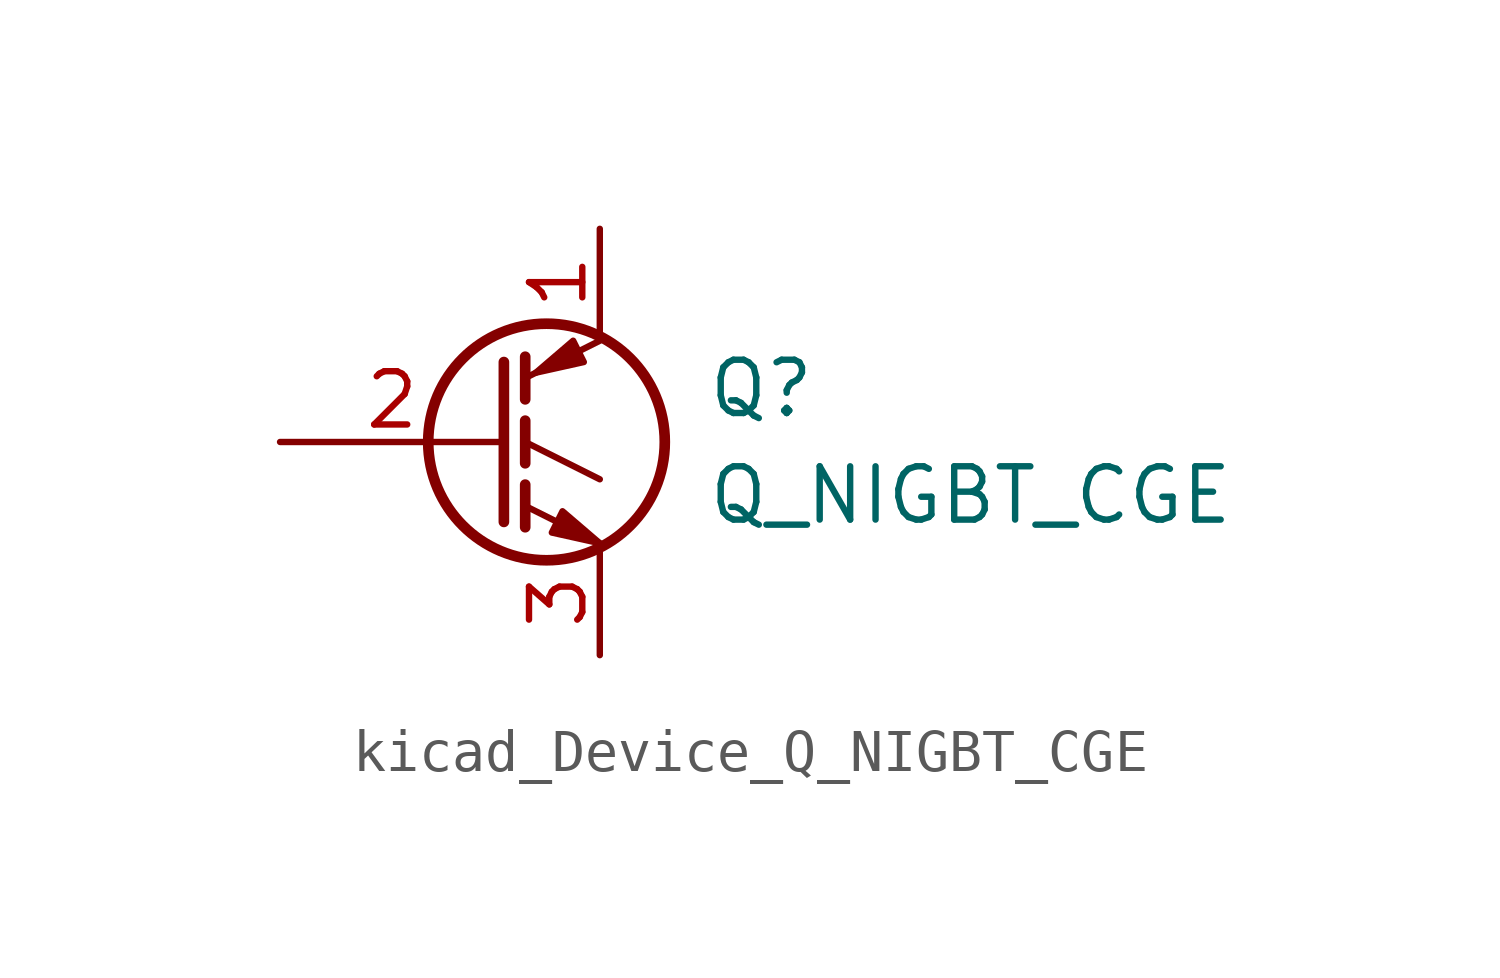
<source format=kicad_sym>
(kicad_symbol_lib
  (version 20220914)
  (generator kicad_symbol_editor)
  (symbol "kicad_Device_Q_NIGBT_CGE"
    (pin_names
      (offset 0) hide)
    (property "Reference" "Q"
      (at 5.08 1.27 0)
      (effects (font (size 1.27 1.27)) (justify left)))
    (property "Value" "Q_NIGBT_CGE"
      (at 5.08 -1.27 0)
      (effects (font (size 1.27 1.27)) (justify left)))
    (symbol "kicad_Device_Q_NIGBT_CGE_0_1"
      (polyline (pts (xy 0.762 -1.016) (xy 0.762 -2.032)) (stroke (width 0.254) (type default)) (fill (type none)))
      (polyline (pts (xy 0.762 0.508) (xy 0.762 -0.508)) (stroke (width 0.254) (type default)) (fill (type none)))
      (polyline (pts (xy 0.762 2.032) (xy 0.762 1.016)) (stroke (width 0.254) (type default)) (fill (type none)))
      (polyline (pts (xy 2.54 -2.413) (xy 0.762 -1.524)) (stroke (width 0) (type default)) (fill (type none)))
      (polyline (pts (xy 2.54 -0.889) (xy 0.762 0)) (stroke (width 0) (type default)) (fill (type none)))
      (polyline (pts (xy 2.54 2.413) (xy 0.762 1.524)) (stroke (width 0) (type default)) (fill (type none)))
      (polyline (pts (xy 0.254 1.905) (xy 0.254 -1.905) (xy 0.254 -1.905)) (stroke (width 0.254) (type default)) (fill (type none)))
      (polyline (pts (xy 1.397 -2.159) (xy 1.651 -1.651) (xy 2.54 -2.413) (xy 1.397 -2.159)) (stroke (width 0) (type default)) (fill (type outline)))
      (polyline (pts (xy 2.159 1.905) (xy 1.905 2.413) (xy 1.016 1.651) (xy 2.159 1.905)) (stroke (width 0) (type default)) (fill (type outline)))
      (circle (center 1.27 0) (radius 2.819) (stroke (width 0.254) (type default)) (fill (type none))))
    (symbol "kicad_Device_Q_NIGBT_CGE_1_1"
      (pin passive line (at 2.54 5.08 270) (length 2.54) (name "C" (effects (font (size 1.27 1.27)))) (number "1" (effects (font (size 1.27 1.27)))))
      (pin input line (at -5.08 0 0) (length 5.334) (name "G" (effects (font (size 1.27 1.27)))) (number "2" (effects (font (size 1.27 1.27)))))
      (pin passive line (at 2.54 -5.08 90) (length 2.54) (name "E" (effects (font (size 1.27 1.27)))) (number "3" (effects (font (size 1.27 1.27))))))))
</source>
